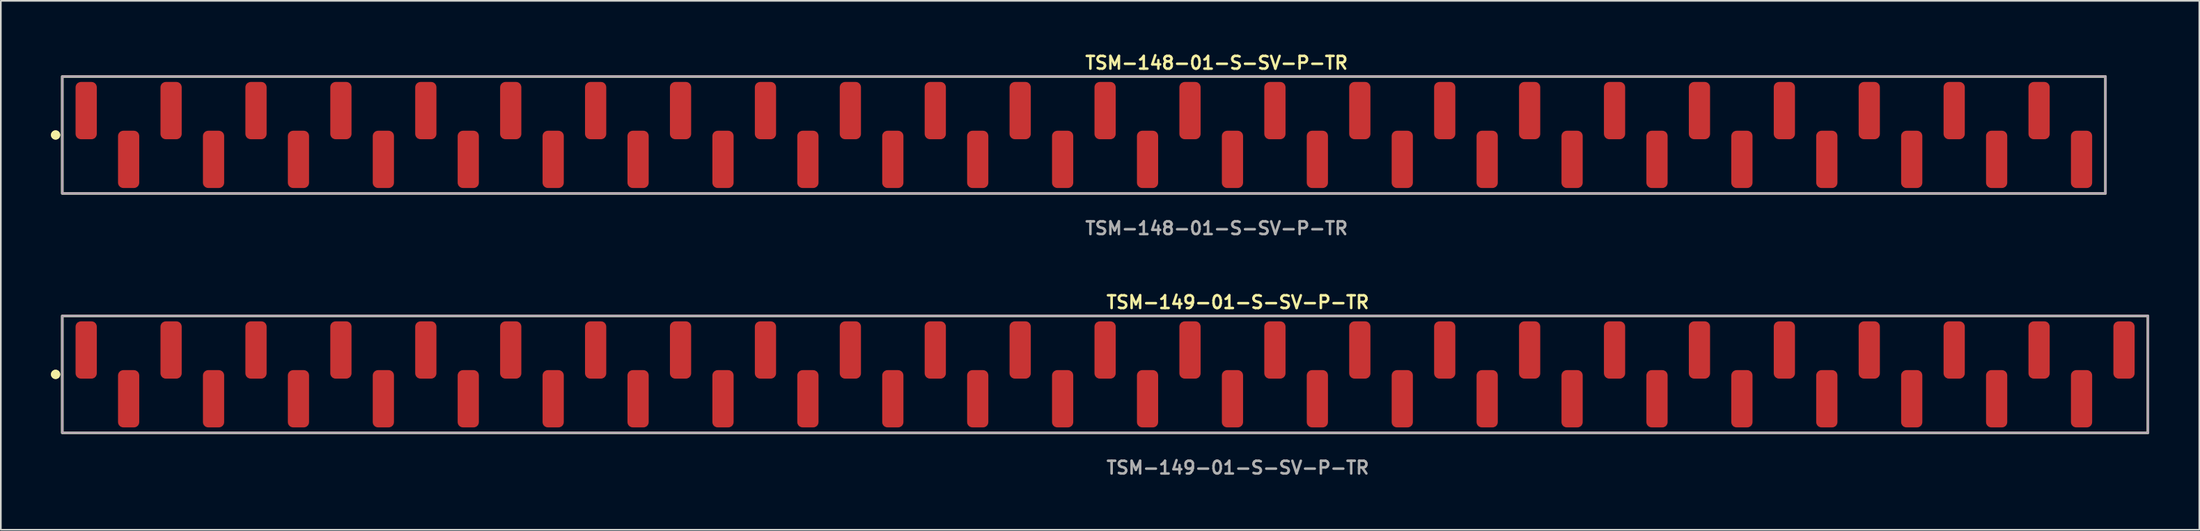
<source format=kicad_pcb>
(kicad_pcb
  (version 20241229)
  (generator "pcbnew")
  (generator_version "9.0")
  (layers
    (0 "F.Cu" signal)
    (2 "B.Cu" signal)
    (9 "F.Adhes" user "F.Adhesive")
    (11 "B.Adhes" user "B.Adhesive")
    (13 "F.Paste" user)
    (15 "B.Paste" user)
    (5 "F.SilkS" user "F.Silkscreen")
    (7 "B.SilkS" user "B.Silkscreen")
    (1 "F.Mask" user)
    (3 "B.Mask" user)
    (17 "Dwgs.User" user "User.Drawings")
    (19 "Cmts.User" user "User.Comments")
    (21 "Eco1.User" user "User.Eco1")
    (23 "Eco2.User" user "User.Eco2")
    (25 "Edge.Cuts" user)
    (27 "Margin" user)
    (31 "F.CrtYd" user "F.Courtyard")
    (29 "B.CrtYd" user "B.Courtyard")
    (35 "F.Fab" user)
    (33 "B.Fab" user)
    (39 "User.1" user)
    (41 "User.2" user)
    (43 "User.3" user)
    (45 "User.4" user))
  (footprint "TSM-148-01-S-SV-P-TR"
    (layer "F.Cu")
    (at 61.796 5.031)
    (property "Reference" "TSM-148-01-S-SV-P-TR" (at 0 -4.318 0) (unlocked yes) (layer "F.SilkS") (effects (font (size 0.762 0.762) (thickness 0.152)) (justify left)))
    (fp_rect (start -61.12 3.5) (end 61.12 -3.5) (stroke (width 0.152) (type solid)) (fill no) (layer "F.SilkS"))
    (fp_circle (center -61.52 0) (end -61.72 0) (stroke (width 0.152) (type solid)) (fill yes) (layer "F.SilkS"))
    (fp_circle (center -61.52 0) (end -61.72 0) (stroke (width 0.152) (type solid)) (fill yes) (layer "F.SilkS"))
    (fp_rect (start -61.12 3.5) (end 61.12 -3.5) (stroke (width 0.006) (type solid)) (fill no) (layer "F.CrtYd"))
    (fp_rect (start -61.12 3.5) (end 61.12 -3.5) (stroke (width 0.152) (type solid)) (fill no) (layer "F.Fab"))
    (fp_text user "${REFERENCE}" (at 0 5.588 0) (unlocked yes) (layer "F.Fab") (effects (font (size 0.762 0.762) (thickness 0.152)) (justify left)))
    (pad "1" smd roundrect (at -59.69 -1.46) (size 1.27 3.43) (layers "F.Cu" "F.Paste") (roundrect_rratio 0.25))
    (pad "2" smd roundrect (at -57.15 1.46) (size 1.27 3.43) (layers "F.Cu" "F.Paste") (roundrect_rratio 0.25))
    (pad "3" smd roundrect (at -54.61 -1.46) (size 1.27 3.43) (layers "F.Cu" "F.Paste") (roundrect_rratio 0.25))
    (pad "4" smd roundrect (at -52.07 1.46) (size 1.27 3.43) (layers "F.Cu" "F.Paste") (roundrect_rratio 0.25))
    (pad "5" smd roundrect (at -49.53 -1.46) (size 1.27 3.43) (layers "F.Cu" "F.Paste") (roundrect_rratio 0.25))
    (pad "6" smd roundrect (at -46.99 1.46) (size 1.27 3.43) (layers "F.Cu" "F.Paste") (roundrect_rratio 0.25))
    (pad "7" smd roundrect (at -44.45 -1.46) (size 1.27 3.43) (layers "F.Cu" "F.Paste") (roundrect_rratio 0.25))
    (pad "8" smd roundrect (at -41.91 1.46) (size 1.27 3.43) (layers "F.Cu" "F.Paste") (roundrect_rratio 0.25))
    (pad "9" smd roundrect (at -39.37 -1.46) (size 1.27 3.43) (layers "F.Cu" "F.Paste") (roundrect_rratio 0.25))
    (pad "10" smd roundrect (at -36.83 1.46) (size 1.27 3.43) (layers "F.Cu" "F.Paste") (roundrect_rratio 0.25))
    (pad "11" smd roundrect (at -34.29 -1.46) (size 1.27 3.43) (layers "F.Cu" "F.Paste") (roundrect_rratio 0.25))
    (pad "12" smd roundrect (at -31.75 1.46) (size 1.27 3.43) (layers "F.Cu" "F.Paste") (roundrect_rratio 0.25))
    (pad "13" smd roundrect (at -29.21 -1.46) (size 1.27 3.43) (layers "F.Cu" "F.Paste") (roundrect_rratio 0.25))
    (pad "14" smd roundrect (at -26.67 1.46) (size 1.27 3.43) (layers "F.Cu" "F.Paste") (roundrect_rratio 0.25))
    (pad "15" smd roundrect (at -24.13 -1.46) (size 1.27 3.43) (layers "F.Cu" "F.Paste") (roundrect_rratio 0.25))
    (pad "16" smd roundrect (at -21.59 1.46) (size 1.27 3.43) (layers "F.Cu" "F.Paste") (roundrect_rratio 0.25))
    (pad "17" smd roundrect (at -19.05 -1.46) (size 1.27 3.43) (layers "F.Cu" "F.Paste") (roundrect_rratio 0.25))
    (pad "18" smd roundrect (at -16.51 1.46) (size 1.27 3.43) (layers "F.Cu" "F.Paste") (roundrect_rratio 0.25))
    (pad "19" smd roundrect (at -13.97 -1.46) (size 1.27 3.43) (layers "F.Cu" "F.Paste") (roundrect_rratio 0.25))
    (pad "20" smd roundrect (at -11.43 1.46) (size 1.27 3.43) (layers "F.Cu" "F.Paste") (roundrect_rratio 0.25))
    (pad "21" smd roundrect (at -8.89 -1.46) (size 1.27 3.43) (layers "F.Cu" "F.Paste") (roundrect_rratio 0.25))
    (pad "22" smd roundrect (at -6.35 1.46) (size 1.27 3.43) (layers "F.Cu" "F.Paste") (roundrect_rratio 0.25))
    (pad "23" smd roundrect (at -3.81 -1.46) (size 1.27 3.43) (layers "F.Cu" "F.Paste") (roundrect_rratio 0.25))
    (pad "24" smd roundrect (at -1.27 1.46) (size 1.27 3.43) (layers "F.Cu" "F.Paste") (roundrect_rratio 0.25))
    (pad "25" smd roundrect (at 1.27 -1.46) (size 1.27 3.43) (layers "F.Cu" "F.Paste") (roundrect_rratio 0.25))
    (pad "26" smd roundrect (at 3.81 1.46) (size 1.27 3.43) (layers "F.Cu" "F.Paste") (roundrect_rratio 0.25))
    (pad "27" smd roundrect (at 6.35 -1.46) (size 1.27 3.43) (layers "F.Cu" "F.Paste") (roundrect_rratio 0.25))
    (pad "28" smd roundrect (at 8.89 1.46) (size 1.27 3.43) (layers "F.Cu" "F.Paste") (roundrect_rratio 0.25))
    (pad "29" smd roundrect (at 11.43 -1.46) (size 1.27 3.43) (layers "F.Cu" "F.Paste") (roundrect_rratio 0.25))
    (pad "30" smd roundrect (at 13.97 1.46) (size 1.27 3.43) (layers "F.Cu" "F.Paste") (roundrect_rratio 0.25))
    (pad "31" smd roundrect (at 16.51 -1.46) (size 1.27 3.43) (layers "F.Cu" "F.Paste") (roundrect_rratio 0.25))
    (pad "32" smd roundrect (at 19.05 1.46) (size 1.27 3.43) (layers "F.Cu" "F.Paste") (roundrect_rratio 0.25))
    (pad "33" smd roundrect (at 21.59 -1.46) (size 1.27 3.43) (layers "F.Cu" "F.Paste") (roundrect_rratio 0.25))
    (pad "34" smd roundrect (at 24.13 1.46) (size 1.27 3.43) (layers "F.Cu" "F.Paste") (roundrect_rratio 0.25))
    (pad "35" smd roundrect (at 26.67 -1.46) (size 1.27 3.43) (layers "F.Cu" "F.Paste") (roundrect_rratio 0.25))
    (pad "36" smd roundrect (at 29.21 1.46) (size 1.27 3.43) (layers "F.Cu" "F.Paste") (roundrect_rratio 0.25))
    (pad "37" smd roundrect (at 31.75 -1.46) (size 1.27 3.43) (layers "F.Cu" "F.Paste") (roundrect_rratio 0.25))
    (pad "38" smd roundrect (at 34.29 1.46) (size 1.27 3.43) (layers "F.Cu" "F.Paste") (roundrect_rratio 0.25))
    (pad "39" smd roundrect (at 36.83 -1.46) (size 1.27 3.43) (layers "F.Cu" "F.Paste") (roundrect_rratio 0.25))
    (pad "40" smd roundrect (at 39.37 1.46) (size 1.27 3.43) (layers "F.Cu" "F.Paste") (roundrect_rratio 0.25))
    (pad "41" smd roundrect (at 41.91 -1.46) (size 1.27 3.43) (layers "F.Cu" "F.Paste") (roundrect_rratio 0.25))
    (pad "42" smd roundrect (at 44.45 1.46) (size 1.27 3.43) (layers "F.Cu" "F.Paste") (roundrect_rratio 0.25))
    (pad "43" smd roundrect (at 46.99 -1.46) (size 1.27 3.43) (layers "F.Cu" "F.Paste") (roundrect_rratio 0.25))
    (pad "44" smd roundrect (at 49.53 1.46) (size 1.27 3.43) (layers "F.Cu" "F.Paste") (roundrect_rratio 0.25))
    (pad "45" smd roundrect (at 52.07 -1.46) (size 1.27 3.43) (layers "F.Cu" "F.Paste") (roundrect_rratio 0.25))
    (pad "46" smd roundrect (at 54.61 1.46) (size 1.27 3.43) (layers "F.Cu" "F.Paste") (roundrect_rratio 0.25))
    (pad "47" smd roundrect (at 57.15 -1.46) (size 1.27 3.43) (layers "F.Cu" "F.Paste") (roundrect_rratio 0.25))
    (pad "48" smd roundrect (at 59.69 1.46) (size 1.27 3.43) (layers "F.Cu" "F.Paste") (roundrect_rratio 0.25)))
  (footprint "TSM-149-01-S-SV-P-TR"
    (layer "F.Cu")
    (at 63.066 19.364)
    (property "Reference" "TSM-149-01-S-SV-P-TR" (at 0 -4.318 0) (unlocked yes) (layer "F.SilkS") (effects (font (size 0.762 0.762) (thickness 0.152)) (justify left)))
    (fp_rect (start -62.39 3.5) (end 62.39 -3.5) (stroke (width 0.152) (type solid)) (fill no) (layer "F.SilkS"))
    (fp_circle (center -62.79 0) (end -62.99 0) (stroke (width 0.152) (type solid)) (fill yes) (layer "F.SilkS"))
    (fp_circle (center -62.79 0) (end -62.99 0) (stroke (width 0.152) (type solid)) (fill yes) (layer "F.SilkS"))
    (fp_rect (start -62.39 3.5) (end 62.39 -3.5) (stroke (width 0.006) (type solid)) (fill no) (layer "F.CrtYd"))
    (fp_rect (start -62.39 3.5) (end 62.39 -3.5) (stroke (width 0.152) (type solid)) (fill no) (layer "F.Fab"))
    (fp_text user "${REFERENCE}" (at 0 5.588 0) (unlocked yes) (layer "F.Fab") (effects (font (size 0.762 0.762) (thickness 0.152)) (justify left)))
    (pad "1" smd roundrect (at -60.96 -1.46) (size 1.27 3.43) (layers "F.Cu" "F.Paste") (roundrect_rratio 0.25))
    (pad "2" smd roundrect (at -58.42 1.46) (size 1.27 3.43) (layers "F.Cu" "F.Paste") (roundrect_rratio 0.25))
    (pad "3" smd roundrect (at -55.88 -1.46) (size 1.27 3.43) (layers "F.Cu" "F.Paste") (roundrect_rratio 0.25))
    (pad "4" smd roundrect (at -53.34 1.46) (size 1.27 3.43) (layers "F.Cu" "F.Paste") (roundrect_rratio 0.25))
    (pad "5" smd roundrect (at -50.8 -1.46) (size 1.27 3.43) (layers "F.Cu" "F.Paste") (roundrect_rratio 0.25))
    (pad "6" smd roundrect (at -48.26 1.46) (size 1.27 3.43) (layers "F.Cu" "F.Paste") (roundrect_rratio 0.25))
    (pad "7" smd roundrect (at -45.72 -1.46) (size 1.27 3.43) (layers "F.Cu" "F.Paste") (roundrect_rratio 0.25))
    (pad "8" smd roundrect (at -43.18 1.46) (size 1.27 3.43) (layers "F.Cu" "F.Paste") (roundrect_rratio 0.25))
    (pad "9" smd roundrect (at -40.64 -1.46) (size 1.27 3.43) (layers "F.Cu" "F.Paste") (roundrect_rratio 0.25))
    (pad "10" smd roundrect (at -38.1 1.46) (size 1.27 3.43) (layers "F.Cu" "F.Paste") (roundrect_rratio 0.25))
    (pad "11" smd roundrect (at -35.56 -1.46) (size 1.27 3.43) (layers "F.Cu" "F.Paste") (roundrect_rratio 0.25))
    (pad "12" smd roundrect (at -33.02 1.46) (size 1.27 3.43) (layers "F.Cu" "F.Paste") (roundrect_rratio 0.25))
    (pad "13" smd roundrect (at -30.48 -1.46) (size 1.27 3.43) (layers "F.Cu" "F.Paste") (roundrect_rratio 0.25))
    (pad "14" smd roundrect (at -27.94 1.46) (size 1.27 3.43) (layers "F.Cu" "F.Paste") (roundrect_rratio 0.25))
    (pad "15" smd roundrect (at -25.4 -1.46) (size 1.27 3.43) (layers "F.Cu" "F.Paste") (roundrect_rratio 0.25))
    (pad "16" smd roundrect (at -22.86 1.46) (size 1.27 3.43) (layers "F.Cu" "F.Paste") (roundrect_rratio 0.25))
    (pad "17" smd roundrect (at -20.32 -1.46) (size 1.27 3.43) (layers "F.Cu" "F.Paste") (roundrect_rratio 0.25))
    (pad "18" smd roundrect (at -17.78 1.46) (size 1.27 3.43) (layers "F.Cu" "F.Paste") (roundrect_rratio 0.25))
    (pad "19" smd roundrect (at -15.24 -1.46) (size 1.27 3.43) (layers "F.Cu" "F.Paste") (roundrect_rratio 0.25))
    (pad "20" smd roundrect (at -12.7 1.46) (size 1.27 3.43) (layers "F.Cu" "F.Paste") (roundrect_rratio 0.25))
    (pad "21" smd roundrect (at -10.16 -1.46) (size 1.27 3.43) (layers "F.Cu" "F.Paste") (roundrect_rratio 0.25))
    (pad "22" smd roundrect (at -7.62 1.46) (size 1.27 3.43) (layers "F.Cu" "F.Paste") (roundrect_rratio 0.25))
    (pad "23" smd roundrect (at -5.08 -1.46) (size 1.27 3.43) (layers "F.Cu" "F.Paste") (roundrect_rratio 0.25))
    (pad "24" smd roundrect (at -2.54 1.46) (size 1.27 3.43) (layers "F.Cu" "F.Paste") (roundrect_rratio 0.25))
    (pad "25" smd roundrect (at 0 -1.46) (size 1.27 3.43) (layers "F.Cu" "F.Paste") (roundrect_rratio 0.25))
    (pad "26" smd roundrect (at 2.54 1.46) (size 1.27 3.43) (layers "F.Cu" "F.Paste") (roundrect_rratio 0.25))
    (pad "27" smd roundrect (at 5.08 -1.46) (size 1.27 3.43) (layers "F.Cu" "F.Paste") (roundrect_rratio 0.25))
    (pad "28" smd roundrect (at 7.62 1.46) (size 1.27 3.43) (layers "F.Cu" "F.Paste") (roundrect_rratio 0.25))
    (pad "29" smd roundrect (at 10.16 -1.46) (size 1.27 3.43) (layers "F.Cu" "F.Paste") (roundrect_rratio 0.25))
    (pad "30" smd roundrect (at 12.7 1.46) (size 1.27 3.43) (layers "F.Cu" "F.Paste") (roundrect_rratio 0.25))
    (pad "31" smd roundrect (at 15.24 -1.46) (size 1.27 3.43) (layers "F.Cu" "F.Paste") (roundrect_rratio 0.25))
    (pad "32" smd roundrect (at 17.78 1.46) (size 1.27 3.43) (layers "F.Cu" "F.Paste") (roundrect_rratio 0.25))
    (pad "33" smd roundrect (at 20.32 -1.46) (size 1.27 3.43) (layers "F.Cu" "F.Paste") (roundrect_rratio 0.25))
    (pad "34" smd roundrect (at 22.86 1.46) (size 1.27 3.43) (layers "F.Cu" "F.Paste") (roundrect_rratio 0.25))
    (pad "35" smd roundrect (at 25.4 -1.46) (size 1.27 3.43) (layers "F.Cu" "F.Paste") (roundrect_rratio 0.25))
    (pad "36" smd roundrect (at 27.94 1.46) (size 1.27 3.43) (layers "F.Cu" "F.Paste") (roundrect_rratio 0.25))
    (pad "37" smd roundrect (at 30.48 -1.46) (size 1.27 3.43) (layers "F.Cu" "F.Paste") (roundrect_rratio 0.25))
    (pad "38" smd roundrect (at 33.02 1.46) (size 1.27 3.43) (layers "F.Cu" "F.Paste") (roundrect_rratio 0.25))
    (pad "39" smd roundrect (at 35.56 -1.46) (size 1.27 3.43) (layers "F.Cu" "F.Paste") (roundrect_rratio 0.25))
    (pad "40" smd roundrect (at 38.1 1.46) (size 1.27 3.43) (layers "F.Cu" "F.Paste") (roundrect_rratio 0.25))
    (pad "41" smd roundrect (at 40.64 -1.46) (size 1.27 3.43) (layers "F.Cu" "F.Paste") (roundrect_rratio 0.25))
    (pad "42" smd roundrect (at 43.18 1.46) (size 1.27 3.43) (layers "F.Cu" "F.Paste") (roundrect_rratio 0.25))
    (pad "43" smd roundrect (at 45.72 -1.46) (size 1.27 3.43) (layers "F.Cu" "F.Paste") (roundrect_rratio 0.25))
    (pad "44" smd roundrect (at 48.26 1.46) (size 1.27 3.43) (layers "F.Cu" "F.Paste") (roundrect_rratio 0.25))
    (pad "45" smd roundrect (at 50.8 -1.46) (size 1.27 3.43) (layers "F.Cu" "F.Paste") (roundrect_rratio 0.25))
    (pad "46" smd roundrect (at 53.34 1.46) (size 1.27 3.43) (layers "F.Cu" "F.Paste") (roundrect_rratio 0.25))
    (pad "47" smd roundrect (at 55.88 -1.46) (size 1.27 3.43) (layers "F.Cu" "F.Paste") (roundrect_rratio 0.25))
    (pad "48" smd roundrect (at 58.42 1.46) (size 1.27 3.43) (layers "F.Cu" "F.Paste") (roundrect_rratio 0.25))
    (pad "49" smd roundrect (at 60.96 -1.46) (size 1.27 3.43) (layers "F.Cu" "F.Paste") (roundrect_rratio 0.25)))
  (gr_rect
    (start -3 -3)
    (end 128.532 28.665)
    (stroke (width 0.1) (type default))
    (fill no)
    (layer "Edge.Cuts")))
</source>
